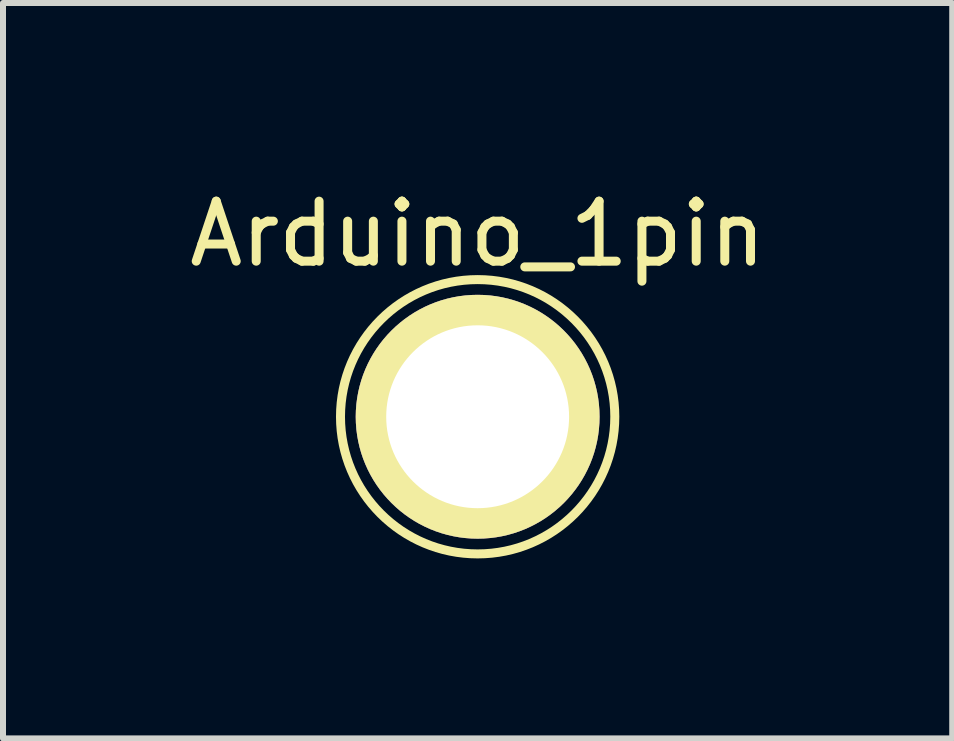
<source format=kicad_pcb>
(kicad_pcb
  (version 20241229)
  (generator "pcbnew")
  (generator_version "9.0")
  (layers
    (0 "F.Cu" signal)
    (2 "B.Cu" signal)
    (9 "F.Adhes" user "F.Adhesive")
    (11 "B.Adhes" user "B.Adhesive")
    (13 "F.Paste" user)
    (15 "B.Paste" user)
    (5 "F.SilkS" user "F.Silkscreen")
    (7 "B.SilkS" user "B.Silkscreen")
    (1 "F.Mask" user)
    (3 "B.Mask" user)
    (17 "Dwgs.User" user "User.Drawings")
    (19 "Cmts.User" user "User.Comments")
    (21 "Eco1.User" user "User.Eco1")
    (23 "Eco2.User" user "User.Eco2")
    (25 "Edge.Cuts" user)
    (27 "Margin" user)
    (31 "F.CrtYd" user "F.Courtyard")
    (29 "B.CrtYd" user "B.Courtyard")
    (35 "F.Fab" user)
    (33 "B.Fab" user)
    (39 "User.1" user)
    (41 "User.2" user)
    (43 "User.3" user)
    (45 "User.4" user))
  (footprint "Arduino_1pin"
    (layer "F.Cu")
    (at 4.911 3.896)
    (property "Reference" "Arduino_1pin" (at 0 -3.048 0) (layer "F.SilkS") (effects (font (size 1 1) (thickness 0.15))))
    (attr through_hole)
    (fp_circle (center 0 0) (end 0 -2.286) (stroke (width 0.15) (type solid)) (fill no) (layer "F.SilkS"))
    (pad "1" thru_hole circle (at 0 0) (size 4.064 4.064) (drill 3.048) (layers "*.Cu" "*.Mask" "F.SilkS")))
  (gr_rect
    (start -3 -3)
    (end 12.821 9.257)
    (stroke (width 0.1) (type default))
    (fill no)
    (layer "Edge.Cuts")))
</source>
